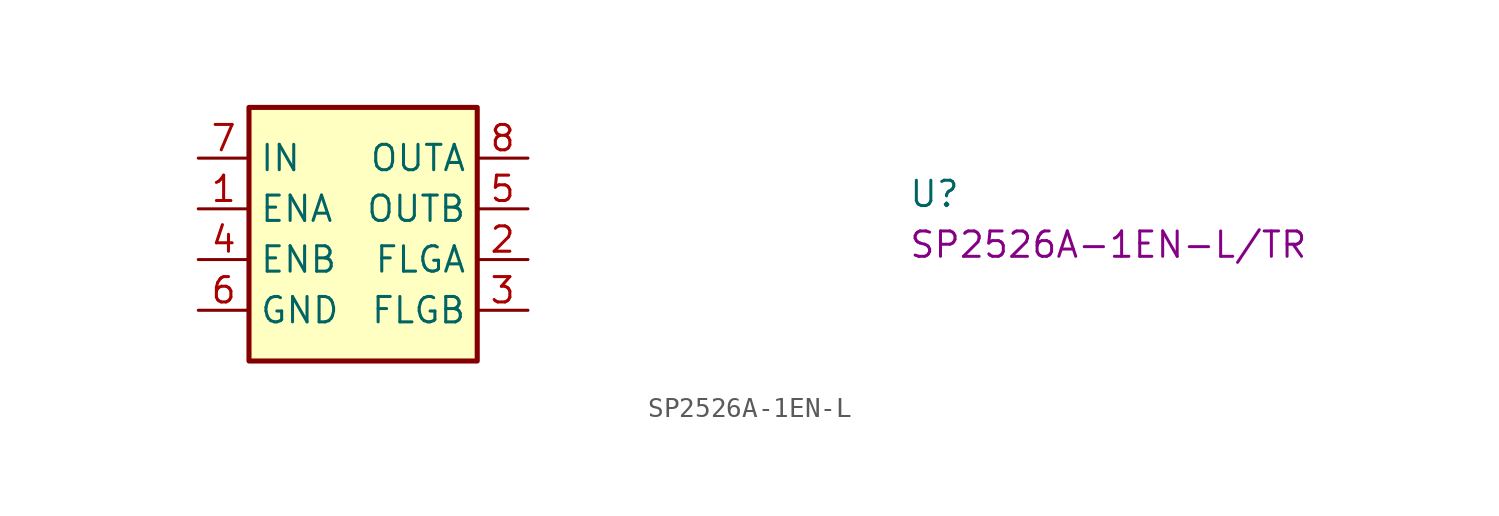
<source format=kicad_sym>
(kicad_symbol_lib
  (version 20220914)
  (generator kicad_symbol_editor)
  (symbol "SP2526A-1EN-L"
    (property "Reference" "U"
      (at 35.56 -2.54 0)
      (effects (font (size 1.27 1.27) (thickness 0.15)) (justify left bottom)))
    (property "MPN" "SP2526A-1EN-L/TR"
      (at 35.56 -5.08 0)
      (effects (font (size 1.27 1.27) (thickness 0.15)) (justify left bottom)))
    (symbol "SP2526A-1EN-L_1_1"
      (rectangle (start 2.54 2.54) (end 13.97 -10.16) (stroke (width 0.254) (type default)) (fill (type background)))
      (pin input line (at 0 -2.54 0) (length 2.54) (name "ENA" (effects (font (size 1.27 1.27)))) (number "1" (effects (font (size 1.27 1.27)))))
      (pin output line (at 16.51 -5.08 180) (length 2.54) (name "FLGA" (effects (font (size 1.27 1.27)))) (number "2" (effects (font (size 1.27 1.27)))))
      (pin output line (at 16.51 -7.62 180) (length 2.54) (name "FLGB" (effects (font (size 1.27 1.27)))) (number "3" (effects (font (size 1.27 1.27)))))
      (pin input line (at 0 -5.08 0) (length 2.54) (name "ENB" (effects (font (size 1.27 1.27)))) (number "4" (effects (font (size 1.27 1.27)))))
      (pin output line (at 16.51 -2.54 180) (length 2.54) (name "OUTB" (effects (font (size 1.27 1.27)))) (number "5" (effects (font (size 1.27 1.27)))))
      (pin passive line (at 0 -7.62 0) (length 2.54) (name "GND" (effects (font (size 1.27 1.27)))) (number "6" (effects (font (size 1.27 1.27)))))
      (pin power_in line (at 0 0 0) (length 2.54) (name "IN" (effects (font (size 1.27 1.27)))) (number "7" (effects (font (size 1.27 1.27)))))
      (pin output line (at 16.51 0 180) (length 2.54) (name "OUTA" (effects (font (size 1.27 1.27)))) (number "8" (effects (font (size 1.27 1.27))))))))
</source>
